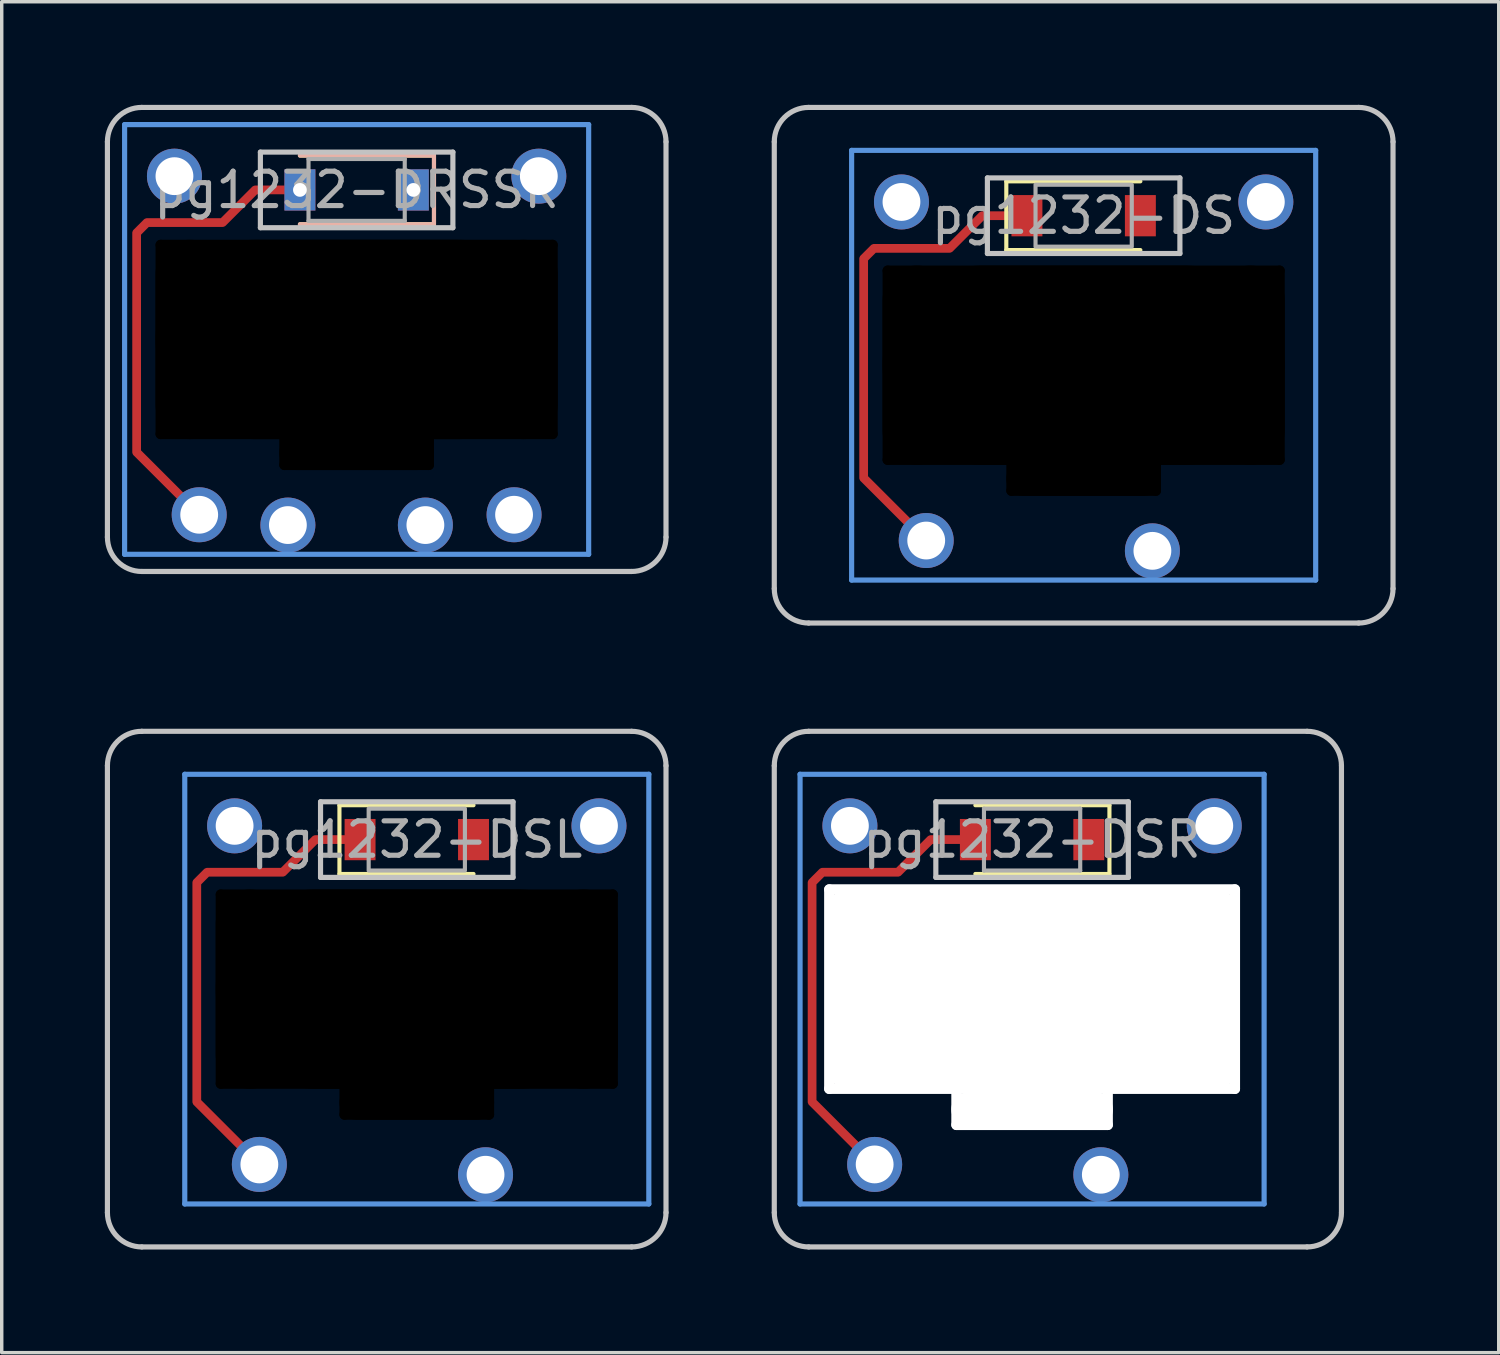
<source format=kicad_pcb>
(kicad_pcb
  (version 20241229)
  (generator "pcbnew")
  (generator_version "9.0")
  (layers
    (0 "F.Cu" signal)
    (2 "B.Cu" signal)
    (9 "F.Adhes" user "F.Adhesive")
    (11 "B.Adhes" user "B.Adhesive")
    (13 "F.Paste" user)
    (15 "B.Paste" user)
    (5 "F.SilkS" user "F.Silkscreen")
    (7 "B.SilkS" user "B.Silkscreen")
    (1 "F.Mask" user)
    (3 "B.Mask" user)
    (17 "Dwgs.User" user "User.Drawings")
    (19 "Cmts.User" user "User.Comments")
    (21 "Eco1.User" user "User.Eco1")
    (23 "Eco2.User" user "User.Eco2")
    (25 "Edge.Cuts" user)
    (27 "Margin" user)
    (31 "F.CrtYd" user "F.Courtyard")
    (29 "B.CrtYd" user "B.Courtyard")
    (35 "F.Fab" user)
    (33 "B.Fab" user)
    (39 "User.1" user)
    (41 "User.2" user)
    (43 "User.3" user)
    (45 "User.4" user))
  (footprint "pg1232-DS"
    (layer "F.Cu")
    (at 28.475 3.225)
    (property "Reference" "pg1232-DS" (at 0 0 0) (layer "F.Fab") (effects (font (size 1 1) (thickness 0.15))))
    (attr smd)
    (fp_line (start -2.25 -1) (end -2.25 1) (stroke (width 0.12) (type solid)) (layer "F.SilkS"))
    (fp_line (start -2.25 1) (end 1.65 1) (stroke (width 0.12) (type solid)) (layer "F.SilkS"))
    (fp_line (start 1.65 -1) (end -2.25 -1) (stroke (width 0.12) (type solid)) (layer "F.SilkS"))
    (fp_line (start -9 10.85) (end -9 -2.15) (stroke (width 0.15) (type solid)) (layer "Dwgs.User"))
    (fp_line (start -8 -3.15) (end 8 -3.15) (stroke (width 0.15) (type solid)) (layer "Dwgs.User"))
    (fp_line (start -2.8 -1.1) (end -2.8 1.1) (stroke (width 0.15) (type solid)) (layer "Dwgs.User"))
    (fp_line (start -2.8 1.1) (end 2.8 1.1) (stroke (width 0.15) (type solid)) (layer "Dwgs.User"))
    (fp_line (start 2.8 -1.1) (end -2.8 -1.1) (stroke (width 0.15) (type solid)) (layer "Dwgs.User"))
    (fp_line (start 2.8 1.1) (end 2.8 -1.1) (stroke (width 0.15) (type solid)) (layer "Dwgs.User"))
    (fp_line (start 8 11.85) (end -8 11.85) (stroke (width 0.15) (type solid)) (layer "Dwgs.User"))
    (fp_line (start 9 -2.15) (end 9 10.85) (stroke (width 0.15) (type solid)) (layer "Dwgs.User"))
    (fp_arc (start -9 -2.15) (mid -8.707107 -2.857107) (end -8 -3.15) (stroke (width 0.15) (type solid)) (layer "Dwgs.User"))
    (fp_arc (start -8 11.85) (mid -8.707107 11.557107) (end -9 10.85) (stroke (width 0.15) (type solid)) (layer "Dwgs.User"))
    (fp_arc (start 8 -3.15) (mid 8.707107 -2.857107) (end 9 -2.15) (stroke (width 0.15) (type solid)) (layer "Dwgs.User"))
    (fp_arc (start 9 10.85) (mid 8.707107 11.557107) (end 8 11.85) (stroke (width 0.15) (type solid)) (layer "Dwgs.User"))
    (fp_line (start -6.75 -1.9) (end -6.75 10.6) (stroke (width 0.15) (type solid)) (layer "Cmts.User"))
    (fp_line (start -6.75 10.6) (end 6.75 10.6) (stroke (width 0.15) (type solid)) (layer "Cmts.User"))
    (fp_line (start 6.75 -1.9) (end -6.75 -1.9) (stroke (width 0.15) (type solid)) (layer "Cmts.User"))
    (fp_line (start 6.75 10.6) (end 6.75 -1.9) (stroke (width 0.15) (type solid)) (layer "Cmts.User"))
    (fp_rect (start 1.4 0.9) (end -1.4 -0.9) (stroke (width 0.12) (type solid)) (fill no) (layer "F.Fab"))
    (pad "" np_thru_hole oval (at -5.7 4.35 90) (size 5.8 0.3) (drill oval 5.8 0.3) (layers "*.Mask"))
    (pad "" np_thru_hole oval (at -4.85 4.35) (size 2 5.8) (drill oval 2 5.8) (layers "*.Mask"))
    (pad "" np_thru_hole oval (at -2.1 7.6 90) (size 1.1 0.3) (drill oval 1.1 0.3) (layers "*.Mask"))
    (pad "" np_thru_hole oval (at 0 1.6) (size 11.7 0.3) (drill oval 11.7 0.3) (layers "*.Mask"))
    (pad "" np_thru_hole oval (at 0 4.35) (size 11.7 5.8) (drill oval 11.7 5.8) (layers "*.Mask"))
    (pad "" np_thru_hole oval (at 0 7.1) (size 11.7 0.3) (drill oval 11.7 0.3) (layers "*.Mask"))
    (pad "" np_thru_hole oval (at 0 7.65) (size 4.5 1) (drill oval 4.5 1) (layers "*.Mask"))
    (pad "" np_thru_hole oval (at 0 8) (size 4.5 0.3) (drill oval 4.5 0.3) (layers "*.Mask"))
    (pad "" np_thru_hole oval (at 2.1 7.6 90) (size 1.1 0.3) (drill oval 1.1 0.3) (layers "*.Mask"))
    (pad "" np_thru_hole oval (at 4.85 4.35) (size 2 5.8) (drill oval 2 5.8) (layers "*.Mask"))
    (pad "" np_thru_hole oval (at 5.7 4.35 90) (size 5.8 0.3) (drill oval 5.8 0.3) (layers "*.Mask"))
    (pad "1" thru_hole circle (at 2 9.75) (size 1.6 1.6) (drill 1.1) (layers "*.Cu" "B.Mask"))
    (pad "2" smd rect (at 1.65 0) (size 0.9 1.2) (layers "F.Cu" "F.Mask" "F.Paste"))
    (pad "3" thru_hole circle (at -4.58 9.45) (size 1.6 1.6) (drill 1.1) (layers "*.Cu" "B.Mask"))
    (pad "3" smd custom (at -1.65 0) (size 0.254 0.254) (layers "F.Cu") (options (anchor circle)) (primitives (gr_line (start 0 0) (end -1.3 0) (width 0.254)) (gr_line (start -1.3 0) (end -2.25 0.95) (width 0.254)) (gr_line (start -2.25 0.95) (end -4.45 0.95) (width 0.254)) (gr_line (start -4.45 0.95) (end -4.75 1.25) (width 0.254)) (gr_line (start -4.75 1.25) (end -4.75 7.63) (width 0.254)) (gr_line (start -4.75 7.63) (end -2.93 9.45) (width 0.254))))
    (pad "3" smd rect (at -1.65 0) (size 0.9 1.2) (layers "F.Cu" "F.Mask" "F.Paste"))
    (pad "4" thru_hole circle (at 5.3 -0.4) (size 1.6 1.6) (drill 1.1) (layers "*.Cu" "B.Mask"))
    (pad "5" thru_hole circle (at -5.3 -0.4) (size 1.6 1.6) (drill 1.1) (layers "*.Cu" "B.Mask")))
  (footprint "pg1232-DRSSR"
    (layer "F.Cu")
    (at 7.325 2.475)
    (property "Reference" "pg1232-DRSSR" (at 0 0 0) (layer "F.Fab") (effects (font (size 1 1) (thickness 0.15))))
    (attr through_hole)
    (fp_line (start 2.25 -1) (end -1.65 -1) (stroke (width 0.12) (type solid)) (layer "F.SilkS"))
    (fp_line (start 2.25 -1) (end 2.25 1) (stroke (width 0.12) (type solid)) (layer "F.SilkS"))
    (fp_line (start 2.25 1) (end -1.65 1) (stroke (width 0.12) (type solid)) (layer "F.SilkS"))
    (fp_line (start 2.25 -1) (end -1.65 -1) (stroke (width 0.12) (type solid)) (layer "B.SilkS"))
    (fp_line (start 2.25 -1) (end 2.25 1) (stroke (width 0.12) (type solid)) (layer "B.SilkS"))
    (fp_line (start 2.25 1) (end -1.65 1) (stroke (width 0.12) (type solid)) (layer "B.SilkS"))
    (fp_line (start -7.25 10.1) (end -7.25 -1.4) (stroke (width 0.15) (type solid)) (layer "Dwgs.User"))
    (fp_line (start -6.25 -2.4) (end 8 -2.4) (stroke (width 0.15) (type solid)) (layer "Dwgs.User"))
    (fp_line (start -2.8 -1.1) (end -2.8 1.1) (stroke (width 0.15) (type solid)) (layer "Dwgs.User"))
    (fp_line (start -2.8 1.1) (end 2.8 1.1) (stroke (width 0.15) (type solid)) (layer "Dwgs.User"))
    (fp_line (start 2.8 -1.1) (end -2.8 -1.1) (stroke (width 0.15) (type solid)) (layer "Dwgs.User"))
    (fp_line (start 2.8 1.1) (end 2.8 -1.1) (stroke (width 0.15) (type solid)) (layer "Dwgs.User"))
    (fp_line (start 8 11.1) (end -6.25 11.1) (stroke (width 0.15) (type solid)) (layer "Dwgs.User"))
    (fp_line (start 9 -1.4) (end 9 10.1) (stroke (width 0.15) (type solid)) (layer "Dwgs.User"))
    (fp_arc (start -7.25 -1.4) (mid -6.957107 -2.107107) (end -6.25 -2.4) (stroke (width 0.15) (type solid)) (layer "Dwgs.User"))
    (fp_arc (start -6.25 11.1) (mid -6.957107 10.807107) (end -7.25 10.1) (stroke (width 0.15) (type solid)) (layer "Dwgs.User"))
    (fp_arc (start 8 -2.4) (mid 8.707107 -2.107107) (end 9 -1.4) (stroke (width 0.15) (type solid)) (layer "Dwgs.User"))
    (fp_arc (start 9 10.1) (mid 8.707107 10.807107) (end 8 11.1) (stroke (width 0.15) (type solid)) (layer "Dwgs.User"))
    (fp_line (start -6.75 -1.9) (end -6.75 10.6) (stroke (width 0.15) (type solid)) (layer "Cmts.User"))
    (fp_line (start -6.75 10.6) (end 6.75 10.6) (stroke (width 0.15) (type solid)) (layer "Cmts.User"))
    (fp_line (start 6.75 -1.9) (end -6.75 -1.9) (stroke (width 0.15) (type solid)) (layer "Cmts.User"))
    (fp_line (start 6.75 10.6) (end 6.75 -1.9) (stroke (width 0.15) (type solid)) (layer "Cmts.User"))
    (fp_line (start -1.4 -0.9) (end -1.4 0.9) (stroke (width 0.12) (type solid)) (layer "F.Fab"))
    (fp_line (start -1.4 0.9) (end 1.4 0.9) (stroke (width 0.12) (type solid)) (layer "F.Fab"))
    (fp_line (start 1.4 -0.9) (end -1.4 -0.9) (stroke (width 0.12) (type solid)) (layer "F.Fab"))
    (fp_line (start 1.4 0.9) (end 1.4 -0.9) (stroke (width 0.12) (type solid)) (layer "F.Fab"))
    (pad "" np_thru_hole oval (at -5.7 4.35 90) (size 5.8 0.3) (drill oval 5.8 0.3) (layers "*.Mask"))
    (pad "" np_thru_hole oval (at -4.85 4.35) (size 2 5.8) (drill oval 2 5.8) (layers "*.Mask"))
    (pad "" np_thru_hole oval (at -2.1 7.6 90) (size 1.1 0.3) (drill oval 1.1 0.3) (layers "*.Mask"))
    (pad "" np_thru_hole oval (at 0 1.6) (size 11.7 0.3) (drill oval 11.7 0.3) (layers "*.Mask"))
    (pad "" np_thru_hole oval (at 0 4.35) (size 11.7 5.8) (drill oval 11.7 5.8) (layers "*.Mask"))
    (pad "" np_thru_hole oval (at 0 7.1) (size 11.7 0.3) (drill oval 11.7 0.3) (layers "*.Mask"))
    (pad "" np_thru_hole oval (at 0 7.65) (size 4.5 1) (drill oval 4.5 1) (layers "*.Mask"))
    (pad "" np_thru_hole oval (at 0 8) (size 4.5 0.3) (drill oval 4.5 0.3) (layers "*.Mask"))
    (pad "" np_thru_hole oval (at 2.1 7.6 90) (size 1.1 0.3) (drill oval 1.1 0.3) (layers "*.Mask"))
    (pad "" np_thru_hole oval (at 4.85 4.35) (size 2 5.8) (drill oval 2 5.8) (layers "*.Mask"))
    (pad "" np_thru_hole oval (at 5.7 4.35 90) (size 5.8 0.3) (drill oval 5.8 0.3) (layers "*.Mask"))
    (pad "1" thru_hole circle (at -2 9.75) (size 1.6 1.6) (drill 1.1) (layers "*.Cu" "F.Mask"))
    (pad "1" thru_hole circle (at 2 9.75) (size 1.6 1.6) (drill 1.1) (layers "*.Cu" "B.Mask"))
    (pad "2" thru_hole rect (at 1.65 0) (size 0.9 1.2) (drill 0.4) (layers "*.Cu" "*.Mask"))
    (pad "3" thru_hole circle (at -4.58 9.45) (size 1.6 1.6) (drill 1.1) (layers "*.Cu" "B.Mask"))
    (pad "3" smd custom (at -1.65 0) (size 0.254 0.254) (layers "F.Cu") (options (anchor circle)) (primitives (gr_line (start -4.75 7.63) (end -2.93 9.45) (width 0.254)) (gr_line (start 0 0) (end -1.3 0) (width 0.254)) (gr_line (start -1.3 0) (end -2.25 0.95) (width 0.254)) (gr_line (start -4.75 1.25) (end -4.75 7.63) (width 0.254)) (gr_line (start -2.25 0.95) (end -4.45 0.95) (width 0.254)) (gr_line (start -4.45 0.95) (end -4.75 1.25) (width 0.254))))
    (pad "3" thru_hole rect (at -1.65 0) (size 0.9 1.2) (drill 0.4) (layers "*.Cu" "*.Mask"))
    (pad "3" thru_hole circle (at 4.58 9.45) (size 1.6 1.6) (drill 1.1) (layers "*.Cu" "F.Mask"))
    (pad "4" thru_hole circle (at -5.3 -0.4) (size 1.6 1.6) (drill 1.1) (layers "*.Cu" "*.Mask"))
    (pad "5" thru_hole circle (at 5.3 -0.4) (size 1.6 1.6) (drill 1.1) (layers "*.Cu" "*.Mask")))
  (footprint "pg1232-DSR"
    (layer "F.Cu")
    (at 26.975 21.375)
    (property "Reference" "pg1232-DSR" (at 0 0 0) (layer "F.Fab") (effects (font (size 1 1) (thickness 0.15))))
    (attr through_hole)
    (fp_line (start 2.25 -1) (end -1.65 -1) (stroke (width 0.12) (type solid)) (layer "F.SilkS"))
    (fp_line (start 2.25 -1) (end 2.25 1) (stroke (width 0.12) (type solid)) (layer "F.SilkS"))
    (fp_line (start 2.25 1) (end -1.65 1) (stroke (width 0.12) (type solid)) (layer "F.SilkS"))
    (fp_line (start -7.5 10.85) (end -7.5 -2.15) (stroke (width 0.15) (type solid)) (layer "Dwgs.User"))
    (fp_line (start -6.5 -3.15) (end 8 -3.15) (stroke (width 0.15) (type solid)) (layer "Dwgs.User"))
    (fp_line (start -2.8 -1.1) (end -2.8 1.1) (stroke (width 0.15) (type solid)) (layer "Dwgs.User"))
    (fp_line (start -2.8 1.1) (end 2.8 1.1) (stroke (width 0.15) (type solid)) (layer "Dwgs.User"))
    (fp_line (start 2.8 -1.1) (end -2.8 -1.1) (stroke (width 0.15) (type solid)) (layer "Dwgs.User"))
    (fp_line (start 2.8 1.1) (end 2.8 -1.1) (stroke (width 0.15) (type solid)) (layer "Dwgs.User"))
    (fp_line (start 8 11.85) (end -6.5 11.85) (stroke (width 0.15) (type solid)) (layer "Dwgs.User"))
    (fp_line (start 9 -2.15) (end 9 10.85) (stroke (width 0.15) (type solid)) (layer "Dwgs.User"))
    (fp_arc (start -7.5 -2.15) (mid -7.207107 -2.857107) (end -6.5 -3.15) (stroke (width 0.15) (type solid)) (layer "Dwgs.User"))
    (fp_arc (start -6.5 11.85) (mid -7.207107 11.557107) (end -7.5 10.85) (stroke (width 0.15) (type solid)) (layer "Dwgs.User"))
    (fp_arc (start 8 -3.15) (mid 8.707107 -2.857107) (end 9 -2.15) (stroke (width 0.15) (type solid)) (layer "Dwgs.User"))
    (fp_arc (start 9 10.85) (mid 8.707107 11.557107) (end 8 11.85) (stroke (width 0.15) (type solid)) (layer "Dwgs.User"))
    (fp_line (start -6.75 -1.9) (end -6.75 10.6) (stroke (width 0.15) (type solid)) (layer "Cmts.User"))
    (fp_line (start -6.75 10.6) (end 6.75 10.6) (stroke (width 0.15) (type solid)) (layer "Cmts.User"))
    (fp_line (start 6.75 -1.9) (end -6.75 -1.9) (stroke (width 0.15) (type solid)) (layer "Cmts.User"))
    (fp_line (start 6.75 10.6) (end 6.75 -1.9) (stroke (width 0.15) (type solid)) (layer "Cmts.User"))
    (fp_line (start -1.4 -0.9) (end -1.4 0.9) (stroke (width 0.12) (type solid)) (layer "F.Fab"))
    (fp_line (start -1.4 0.9) (end 1.4 0.9) (stroke (width 0.12) (type solid)) (layer "F.Fab"))
    (fp_line (start 1.4 -0.9) (end -1.4 -0.9) (stroke (width 0.12) (type solid)) (layer "F.Fab"))
    (fp_line (start 1.4 0.9) (end 1.4 -0.9) (stroke (width 0.12) (type solid)) (layer "F.Fab"))
    (pad "" np_thru_hole oval (at -5.9 4.35 90) (size 6.1 0.3) (drill oval 6.1 0.3) (layers "*.Cu" "*.Mask"))
    (pad "" np_thru_hole oval (at -5.36 4.35) (size 1 5.9) (drill oval 1 5.9) (layers "*.Cu" "*.Mask"))
    (pad "" np_thru_hole oval (at -4.59 4.35) (size 1 5.9) (drill oval 1 5.9) (layers "*.Cu" "*.Mask"))
    (pad "" np_thru_hole oval (at -4.2 4.35) (size 1 5.9) (drill oval 1 5.9) (layers "*.Cu" "*.Mask"))
    (pad "" np_thru_hole oval (at -2.2 7.85 90) (size 1.2 0.3) (drill oval 1.2 0.3) (layers "*.Cu" "*.Mask"))
    (pad "" np_thru_hole oval (at 0 1.45) (size 12.1 0.3) (drill oval 12.1 0.3) (layers "*.Cu" "*.Mask"))
    (pad "" np_thru_hole oval (at 0 4.35) (size 11.85 5.9) (drill oval 11.85 5.9) (layers "*.Cu" "*.Mask"))
    (pad "" np_thru_hole oval (at 0 7.25) (size 12.1 0.3) (drill oval 12.1 0.3) (layers "*.Cu" "*.Mask"))
    (pad "" np_thru_hole oval (at 0 7.85) (size 4.7 1) (drill oval 4.7 1) (layers "*.Cu" "*.Mask"))
    (pad "" np_thru_hole oval (at 0 8.3) (size 4.7 0.3) (drill oval 4.7 0.3) (layers "*.Cu" "*.Mask"))
    (pad "" np_thru_hole oval (at 2.2 7.85 90) (size 1.2 0.3) (drill oval 1.2 0.3) (layers "*.Cu" "*.Mask"))
    (pad "" np_thru_hole oval (at 4.2 4.35) (size 1 5.9) (drill oval 1 5.9) (layers "*.Cu" "*.Mask"))
    (pad "" np_thru_hole oval (at 4.59 4.35) (size 1 5.9) (drill oval 1 5.9) (layers "*.Cu" "*.Mask"))
    (pad "" np_thru_hole oval (at 5.36 4.35) (size 1 5.9) (drill oval 1 5.9) (layers "*.Cu" "*.Mask"))
    (pad "" np_thru_hole oval (at 5.9 4.35 90) (size 6.1 0.3) (drill oval 6.1 0.3) (layers "*.Cu" "*.Mask"))
    (pad "1" thru_hole circle (at 2 9.75) (size 1.6 1.6) (drill 1.1) (layers "*.Cu" "B.Mask"))
    (pad "2" smd rect (at 1.65 0) (size 0.9 1.2) (layers "F.Cu" "F.Mask" "F.Paste"))
    (pad "3" thru_hole circle (at -4.58 9.45) (size 1.6 1.6) (drill 1.1) (layers "*.Cu" "B.Mask"))
    (pad "3" smd custom (at -1.65 0) (size 0.001 0.001) (layers "F.Cu") (options (anchor circle)) (primitives (gr_line (start -4.75 7.63) (end -2.93 9.45) (width 0.254)) (gr_line (start 0 0) (end -1.3 0) (width 0.254)) (gr_line (start -1.3 0) (end -2.25 0.95) (width 0.254)) (gr_line (start -4.75 1.25) (end -4.75 7.63) (width 0.254)) (gr_line (start -2.25 0.95) (end -4.45 0.95) (width 0.254)) (gr_line (start -4.45 0.95) (end -4.75 1.25) (width 0.254))))
    (pad "3" smd rect (at -1.65 0) (size 0.9 1.2) (layers "F.Cu" "F.Mask" "F.Paste"))
    (pad "4" thru_hole circle (at -5.3 -0.4) (size 1.6 1.6) (drill 1.1) (layers "*.Cu" "B.Mask"))
    (pad "5" thru_hole circle (at 5.3 -0.4) (size 1.6 1.6) (drill 1.1) (layers "*.Cu" "B.Mask")))
  (footprint "pg1232-DSL"
    (layer "F.Cu")
    (at 9.075 21.375)
    (property "Reference" "pg1232-DSL" (at 0 0 0) (layer "F.Fab") (effects (font (size 1 1) (thickness 0.15))))
    (attr smd)
    (fp_line (start -2.25 -1) (end -2.25 1) (stroke (width 0.12) (type solid)) (layer "F.SilkS"))
    (fp_line (start -2.25 1) (end 1.65 1) (stroke (width 0.12) (type solid)) (layer "F.SilkS"))
    (fp_line (start 1.65 -1) (end -2.25 -1) (stroke (width 0.12) (type solid)) (layer "F.SilkS"))
    (fp_line (start -9 10.85) (end -9 -2.15) (stroke (width 0.15) (type solid)) (layer "Dwgs.User"))
    (fp_line (start -8 -3.15) (end 6.25 -3.15) (stroke (width 0.15) (type solid)) (layer "Dwgs.User"))
    (fp_line (start -2.8 -1.1) (end -2.8 1.1) (stroke (width 0.15) (type solid)) (layer "Dwgs.User"))
    (fp_line (start -2.8 1.1) (end 2.8 1.1) (stroke (width 0.15) (type solid)) (layer "Dwgs.User"))
    (fp_line (start 2.8 -1.1) (end -2.8 -1.1) (stroke (width 0.15) (type solid)) (layer "Dwgs.User"))
    (fp_line (start 2.8 1.1) (end 2.8 -1.1) (stroke (width 0.15) (type solid)) (layer "Dwgs.User"))
    (fp_line (start 6.25 11.85) (end -8 11.85) (stroke (width 0.15) (type solid)) (layer "Dwgs.User"))
    (fp_line (start 7.25 -2.15) (end 7.25 10.85) (stroke (width 0.15) (type solid)) (layer "Dwgs.User"))
    (fp_arc (start -9 -2.15) (mid -8.707107 -2.857107) (end -8 -3.15) (stroke (width 0.15) (type solid)) (layer "Dwgs.User"))
    (fp_arc (start -8 11.85) (mid -8.707107 11.557107) (end -9 10.85) (stroke (width 0.15) (type solid)) (layer "Dwgs.User"))
    (fp_arc (start 6.25 -3.15) (mid 6.957107 -2.857107) (end 7.25 -2.15) (stroke (width 0.15) (type solid)) (layer "Dwgs.User"))
    (fp_arc (start 7.25 10.85) (mid 6.957107 11.557107) (end 6.25 11.85) (stroke (width 0.15) (type solid)) (layer "Dwgs.User"))
    (fp_line (start -6.75 -1.9) (end -6.75 10.6) (stroke (width 0.15) (type solid)) (layer "Cmts.User"))
    (fp_line (start -6.75 10.6) (end 6.75 10.6) (stroke (width 0.15) (type solid)) (layer "Cmts.User"))
    (fp_line (start 6.75 -1.9) (end -6.75 -1.9) (stroke (width 0.15) (type solid)) (layer "Cmts.User"))
    (fp_line (start 6.75 10.6) (end 6.75 -1.9) (stroke (width 0.15) (type solid)) (layer "Cmts.User"))
    (fp_rect (start 1.4 0.9) (end -1.4 -0.9) (stroke (width 0.12) (type solid)) (fill no) (layer "F.Fab"))
    (pad "" np_thru_hole oval (at -5.7 4.35 90) (size 5.8 0.3) (drill oval 5.8 0.3) (layers "*.Mask"))
    (pad "" np_thru_hole oval (at -4.85 4.35) (size 2 5.8) (drill oval 2 5.8) (layers "*.Mask"))
    (pad "" np_thru_hole oval (at -2.1 7.6 90) (size 1.1 0.3) (drill oval 1.1 0.3) (layers "*.Mask"))
    (pad "" np_thru_hole oval (at 0 1.6) (size 11.7 0.3) (drill oval 11.7 0.3) (layers "*.Mask"))
    (pad "" np_thru_hole oval (at 0 4.35) (size 11.7 5.8) (drill oval 11.7 5.8) (layers "*.Mask"))
    (pad "" np_thru_hole oval (at 0 7.1) (size 11.7 0.3) (drill oval 11.7 0.3) (layers "*.Mask"))
    (pad "" np_thru_hole oval (at 0 7.65) (size 4.5 1) (drill oval 4.5 1) (layers "*.Mask"))
    (pad "" np_thru_hole oval (at 0 8) (size 4.5 0.3) (drill oval 4.5 0.3) (layers "*.Mask"))
    (pad "" np_thru_hole oval (at 2.1 7.6 90) (size 1.1 0.3) (drill oval 1.1 0.3) (layers "*.Mask"))
    (pad "" np_thru_hole oval (at 4.85 4.35) (size 2 5.8) (drill oval 2 5.8) (layers "*.Mask"))
    (pad "" np_thru_hole oval (at 5.7 4.35 90) (size 5.8 0.3) (drill oval 5.8 0.3) (layers "*.Mask"))
    (pad "1" thru_hole circle (at 2 9.75) (size 1.6 1.6) (drill 1.1) (layers "*.Cu" "B.Mask"))
    (pad "2" smd rect (at 1.65 0) (size 0.9 1.2) (layers "F.Cu" "F.Mask" "F.Paste"))
    (pad "3" thru_hole circle (at -4.58 9.45) (size 1.6 1.6) (drill 1.1) (layers "*.Cu" "B.Mask"))
    (pad "3" smd custom (at -1.65 0) (size 0.254 0.254) (layers "F.Cu") (options (anchor circle)) (primitives (gr_line (start 0 0) (end -1.3 0) (width 0.254)) (gr_line (start -1.3 0) (end -2.25 0.95) (width 0.254)) (gr_line (start -2.25 0.95) (end -4.45 0.95) (width 0.254)) (gr_line (start -4.45 0.95) (end -4.75 1.25) (width 0.254)) (gr_line (start -4.75 1.25) (end -4.75 7.63) (width 0.254)) (gr_line (start -4.75 7.63) (end -2.93 9.45) (width 0.254))))
    (pad "3" smd rect (at -1.65 0) (size 0.9 1.2) (layers "F.Cu" "F.Mask" "F.Paste"))
    (pad "4" thru_hole circle (at 5.3 -0.4) (size 1.6 1.6) (drill 1.1) (layers "*.Cu" "B.Mask"))
    (pad "5" thru_hole circle (at -5.3 -0.4) (size 1.6 1.6) (drill 1.1) (layers "*.Cu" "B.Mask")))
  (gr_rect
    (start -3 -3)
    (end 40.55 36.3)
    (stroke (width 0.1) (type default))
    (fill no)
    (layer "Edge.Cuts")))
</source>
